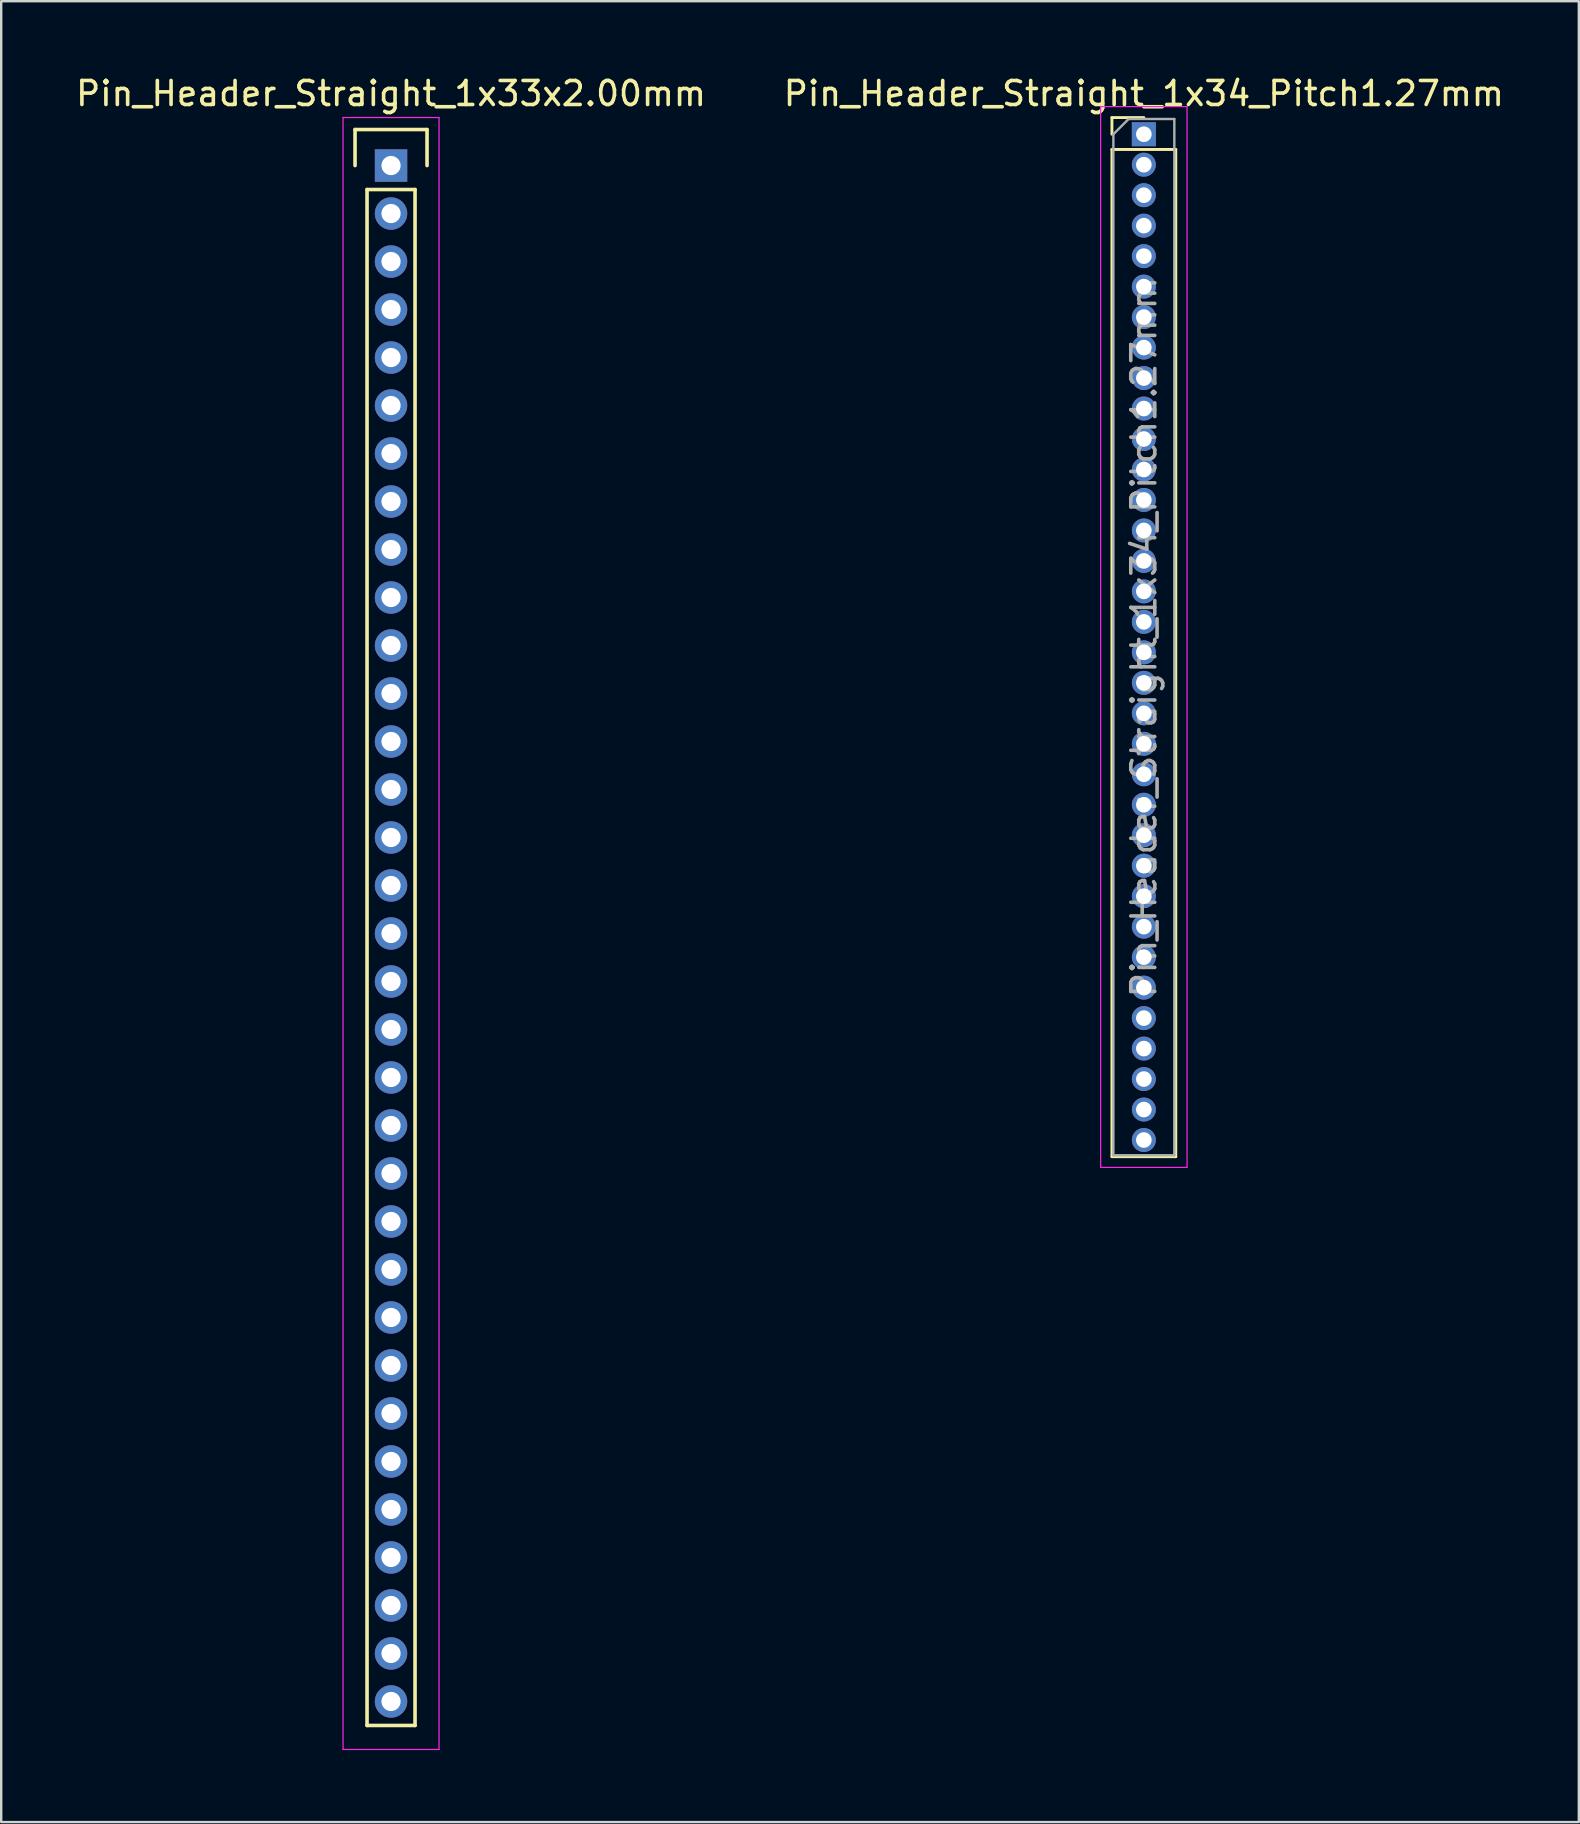
<source format=kicad_pcb>
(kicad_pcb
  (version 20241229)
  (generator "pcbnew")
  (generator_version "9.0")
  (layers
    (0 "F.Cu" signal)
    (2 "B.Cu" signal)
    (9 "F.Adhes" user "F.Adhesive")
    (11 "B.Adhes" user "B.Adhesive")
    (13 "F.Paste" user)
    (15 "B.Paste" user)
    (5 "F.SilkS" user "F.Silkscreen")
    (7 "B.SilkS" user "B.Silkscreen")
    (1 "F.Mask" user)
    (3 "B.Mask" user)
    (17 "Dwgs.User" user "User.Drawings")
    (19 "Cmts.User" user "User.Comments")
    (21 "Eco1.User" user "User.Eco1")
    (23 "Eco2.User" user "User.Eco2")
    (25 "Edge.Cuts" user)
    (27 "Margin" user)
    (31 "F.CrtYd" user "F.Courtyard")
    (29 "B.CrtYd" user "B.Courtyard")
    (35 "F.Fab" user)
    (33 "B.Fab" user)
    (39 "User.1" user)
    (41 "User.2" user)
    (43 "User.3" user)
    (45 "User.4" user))
  (footprint "Pin_Header_Straight_1x34_Pitch1.27mm"
    (layer "F.Cu")
    (at 44.613 2.543)
    (property "Reference" "Pin_Header_Straight_1x34_Pitch1.27mm" (at 0 -1.695 0) (layer "F.SilkS") (effects (font (size 1 1) (thickness 0.15))))
    (attr through_hole)
    (fp_line (start -1.33 -0.695) (end 0 -0.695) (stroke (width 0.12) (type solid)) (layer "F.SilkS"))
    (fp_line (start -1.33 0) (end -1.33 -0.695) (stroke (width 0.12) (type solid)) (layer "F.SilkS"))
    (fp_line (start -1.33 0.635) (end -1.33 42.605) (stroke (width 0.12) (type solid)) (layer "F.SilkS"))
    (fp_line (start -1.33 42.605) (end 1.33 42.605) (stroke (width 0.12) (type solid)) (layer "F.SilkS"))
    (fp_line (start 1.33 0.635) (end -1.33 0.635) (stroke (width 0.12) (type solid)) (layer "F.SilkS"))
    (fp_line (start 1.33 42.605) (end 1.33 0.635) (stroke (width 0.12) (type solid)) (layer "F.SilkS"))
    (fp_line (start -1.8 -1.15) (end -1.8 43.05) (stroke (width 0.05) (type solid)) (layer "F.CrtYd"))
    (fp_line (start -1.8 43.05) (end 1.8 43.05) (stroke (width 0.05) (type solid)) (layer "F.CrtYd"))
    (fp_line (start 1.8 -1.15) (end -1.8 -1.15) (stroke (width 0.05) (type solid)) (layer "F.CrtYd"))
    (fp_line (start 1.8 43.05) (end 1.8 -1.15) (stroke (width 0.05) (type solid)) (layer "F.CrtYd"))
    (fp_line (start -1.27 0) (end -0.635 -0.635) (stroke (width 0.1) (type solid)) (layer "F.Fab"))
    (fp_line (start -1.27 42.545) (end -1.27 0) (stroke (width 0.1) (type solid)) (layer "F.Fab"))
    (fp_line (start -0.635 -0.635) (end 1.27 -0.635) (stroke (width 0.1) (type solid)) (layer "F.Fab"))
    (fp_line (start 1.27 -0.635) (end 1.27 42.545) (stroke (width 0.1) (type solid)) (layer "F.Fab"))
    (fp_line (start 1.27 42.545) (end -1.27 42.545) (stroke (width 0.1) (type solid)) (layer "F.Fab"))
    (fp_text user "${REFERENCE}" (at 0 20.955 90) (layer "F.Fab") (effects (font (size 1 1) (thickness 0.15))))
    (pad "1" thru_hole rect (at 0 0) (size 1 1) (drill 0.65) (layers "*.Cu" "*.Mask"))
    (pad "2" thru_hole oval (at 0 1.27) (size 1 1) (drill 0.65) (layers "*.Cu" "*.Mask"))
    (pad "3" thru_hole oval (at 0 2.54) (size 1 1) (drill 0.65) (layers "*.Cu" "*.Mask"))
    (pad "4" thru_hole oval (at 0 3.81) (size 1 1) (drill 0.65) (layers "*.Cu" "*.Mask"))
    (pad "5" thru_hole oval (at 0 5.08) (size 1 1) (drill 0.65) (layers "*.Cu" "*.Mask"))
    (pad "6" thru_hole oval (at 0 6.35) (size 1 1) (drill 0.65) (layers "*.Cu" "*.Mask"))
    (pad "7" thru_hole oval (at 0 7.62) (size 1 1) (drill 0.65) (layers "*.Cu" "*.Mask"))
    (pad "8" thru_hole oval (at 0 8.89) (size 1 1) (drill 0.65) (layers "*.Cu" "*.Mask"))
    (pad "9" thru_hole oval (at 0 10.16) (size 1 1) (drill 0.65) (layers "*.Cu" "*.Mask"))
    (pad "10" thru_hole oval (at 0 11.43) (size 1 1) (drill 0.65) (layers "*.Cu" "*.Mask"))
    (pad "11" thru_hole oval (at 0 12.7) (size 1 1) (drill 0.65) (layers "*.Cu" "*.Mask"))
    (pad "12" thru_hole oval (at 0 13.97) (size 1 1) (drill 0.65) (layers "*.Cu" "*.Mask"))
    (pad "13" thru_hole oval (at 0 15.24) (size 1 1) (drill 0.65) (layers "*.Cu" "*.Mask"))
    (pad "14" thru_hole oval (at 0 16.51) (size 1 1) (drill 0.65) (layers "*.Cu" "*.Mask"))
    (pad "15" thru_hole oval (at 0 17.78) (size 1 1) (drill 0.65) (layers "*.Cu" "*.Mask"))
    (pad "16" thru_hole oval (at 0 19.05) (size 1 1) (drill 0.65) (layers "*.Cu" "*.Mask"))
    (pad "17" thru_hole oval (at 0 20.32) (size 1 1) (drill 0.65) (layers "*.Cu" "*.Mask"))
    (pad "18" thru_hole oval (at 0 21.59) (size 1 1) (drill 0.65) (layers "*.Cu" "*.Mask"))
    (pad "19" thru_hole oval (at 0 22.86) (size 1 1) (drill 0.65) (layers "*.Cu" "*.Mask"))
    (pad "20" thru_hole oval (at 0 24.13) (size 1 1) (drill 0.65) (layers "*.Cu" "*.Mask"))
    (pad "21" thru_hole oval (at 0 25.4) (size 1 1) (drill 0.65) (layers "*.Cu" "*.Mask"))
    (pad "22" thru_hole oval (at 0 26.67) (size 1 1) (drill 0.65) (layers "*.Cu" "*.Mask"))
    (pad "23" thru_hole oval (at 0 27.94) (size 1 1) (drill 0.65) (layers "*.Cu" "*.Mask"))
    (pad "24" thru_hole oval (at 0 29.21) (size 1 1) (drill 0.65) (layers "*.Cu" "*.Mask"))
    (pad "25" thru_hole oval (at 0 30.48) (size 1 1) (drill 0.65) (layers "*.Cu" "*.Mask"))
    (pad "26" thru_hole oval (at 0 31.75) (size 1 1) (drill 0.65) (layers "*.Cu" "*.Mask"))
    (pad "27" thru_hole oval (at 0 33.02) (size 1 1) (drill 0.65) (layers "*.Cu" "*.Mask"))
    (pad "28" thru_hole oval (at 0 34.29) (size 1 1) (drill 0.65) (layers "*.Cu" "*.Mask"))
    (pad "29" thru_hole oval (at 0 35.56) (size 1 1) (drill 0.65) (layers "*.Cu" "*.Mask"))
    (pad "30" thru_hole oval (at 0 36.83) (size 1 1) (drill 0.65) (layers "*.Cu" "*.Mask"))
    (pad "31" thru_hole oval (at 0 38.1) (size 1 1) (drill 0.65) (layers "*.Cu" "*.Mask"))
    (pad "32" thru_hole oval (at 0 39.37) (size 1 1) (drill 0.65) (layers "*.Cu" "*.Mask"))
    (pad "33" thru_hole oval (at 0 40.64) (size 1 1) (drill 0.65) (layers "*.Cu" "*.Mask"))
    (pad "34" thru_hole oval (at 0 41.91) (size 1 1) (drill 0.65) (layers "*.Cu" "*.Mask")))
  (footprint "Pin_Header_Straight_1x33x2.00mm"
    (layer "F.Cu")
    (at 13.244 3.848)
    (property "Reference" "Pin_Header_Straight_1x33x2.00mm" (at 0 -3 0) (layer "F.SilkS") (effects (font (size 1 1) (thickness 0.15))))
    (attr through_hole)
    (fp_line (start -1.5 -1.5) (end 1.5 -1.5) (stroke (width 0.15) (type solid)) (layer "F.SilkS"))
    (fp_line (start -1.5 0) (end -1.5 -1.5) (stroke (width 0.15) (type solid)) (layer "F.SilkS"))
    (fp_line (start -1 1) (end 1 1) (stroke (width 0.15) (type solid)) (layer "F.SilkS"))
    (fp_line (start -1 65) (end -1 1) (stroke (width 0.15) (type solid)) (layer "F.SilkS"))
    (fp_line (start 1 1) (end 1 65) (stroke (width 0.15) (type solid)) (layer "F.SilkS"))
    (fp_line (start 1 65) (end -1 65) (stroke (width 0.15) (type solid)) (layer "F.SilkS"))
    (fp_line (start 1.5 -1.5) (end 1.5 0) (stroke (width 0.15) (type solid)) (layer "F.SilkS"))
    (fp_line (start -2 -2) (end 2 -2) (stroke (width 0.05) (type solid)) (layer "F.CrtYd"))
    (fp_line (start -2 66) (end -2 -2) (stroke (width 0.05) (type solid)) (layer "F.CrtYd"))
    (fp_line (start 2 -2) (end 2 66) (stroke (width 0.05) (type solid)) (layer "F.CrtYd"))
    (fp_line (start 2 66) (end -2 66) (stroke (width 0.05) (type solid)) (layer "F.CrtYd"))
    (pad "1" thru_hole rect (at 0 0) (size 1.35 1.35) (drill 0.8) (layers "*.Cu" "*.Mask"))
    (pad "2" thru_hole circle (at 0 2) (size 1.35 1.35) (drill 0.8) (layers "*.Cu" "*.Mask"))
    (pad "3" thru_hole circle (at 0 4) (size 1.35 1.35) (drill 0.8) (layers "*.Cu" "*.Mask"))
    (pad "4" thru_hole circle (at 0 6) (size 1.35 1.35) (drill 0.8) (layers "*.Cu" "*.Mask"))
    (pad "5" thru_hole circle (at 0 8) (size 1.35 1.35) (drill 0.8) (layers "*.Cu" "*.Mask"))
    (pad "6" thru_hole circle (at 0 10) (size 1.35 1.35) (drill 0.8) (layers "*.Cu" "*.Mask"))
    (pad "7" thru_hole circle (at 0 12) (size 1.35 1.35) (drill 0.8) (layers "*.Cu" "*.Mask"))
    (pad "8" thru_hole circle (at 0 14) (size 1.35 1.35) (drill 0.8) (layers "*.Cu" "*.Mask"))
    (pad "9" thru_hole circle (at 0 16) (size 1.35 1.35) (drill 0.8) (layers "*.Cu" "*.Mask"))
    (pad "10" thru_hole circle (at 0 18) (size 1.35 1.35) (drill 0.8) (layers "*.Cu" "*.Mask"))
    (pad "11" thru_hole circle (at 0 20) (size 1.35 1.35) (drill 0.8) (layers "*.Cu" "*.Mask"))
    (pad "12" thru_hole circle (at 0 22) (size 1.35 1.35) (drill 0.8) (layers "*.Cu" "*.Mask"))
    (pad "13" thru_hole circle (at 0 24) (size 1.35 1.35) (drill 0.8) (layers "*.Cu" "*.Mask"))
    (pad "14" thru_hole circle (at 0 26) (size 1.35 1.35) (drill 0.8) (layers "*.Cu" "*.Mask"))
    (pad "15" thru_hole circle (at 0 28) (size 1.35 1.35) (drill 0.8) (layers "*.Cu" "*.Mask"))
    (pad "16" thru_hole circle (at 0 30) (size 1.35 1.35) (drill 0.8) (layers "*.Cu" "*.Mask"))
    (pad "17" thru_hole circle (at 0 32) (size 1.35 1.35) (drill 0.8) (layers "*.Cu" "*.Mask"))
    (pad "18" thru_hole circle (at 0 34) (size 1.35 1.35) (drill 0.8) (layers "*.Cu" "*.Mask"))
    (pad "19" thru_hole circle (at 0 36) (size 1.35 1.35) (drill 0.8) (layers "*.Cu" "*.Mask"))
    (pad "20" thru_hole circle (at 0 38) (size 1.35 1.35) (drill 0.8) (layers "*.Cu" "*.Mask"))
    (pad "21" thru_hole circle (at 0 40) (size 1.35 1.35) (drill 0.8) (layers "*.Cu" "*.Mask"))
    (pad "22" thru_hole circle (at 0 42) (size 1.35 1.35) (drill 0.8) (layers "*.Cu" "*.Mask"))
    (pad "23" thru_hole circle (at 0 44) (size 1.35 1.35) (drill 0.8) (layers "*.Cu" "*.Mask"))
    (pad "24" thru_hole circle (at 0 46) (size 1.35 1.35) (drill 0.8) (layers "*.Cu" "*.Mask"))
    (pad "25" thru_hole circle (at 0 48) (size 1.35 1.35) (drill 0.8) (layers "*.Cu" "*.Mask"))
    (pad "26" thru_hole circle (at 0 50) (size 1.35 1.35) (drill 0.8) (layers "*.Cu" "*.Mask"))
    (pad "27" thru_hole circle (at 0 52) (size 1.35 1.35) (drill 0.8) (layers "*.Cu" "*.Mask"))
    (pad "28" thru_hole circle (at 0 54) (size 1.35 1.35) (drill 0.8) (layers "*.Cu" "*.Mask"))
    (pad "29" thru_hole circle (at 0 56) (size 1.35 1.35) (drill 0.8) (layers "*.Cu" "*.Mask"))
    (pad "30" thru_hole circle (at 0 58) (size 1.35 1.35) (drill 0.8) (layers "*.Cu" "*.Mask"))
    (pad "31" thru_hole circle (at 0 60) (size 1.35 1.35) (drill 0.8) (layers "*.Cu" "*.Mask"))
    (pad "32" thru_hole circle (at 0 62) (size 1.35 1.35) (drill 0.8) (layers "*.Cu" "*.Mask"))
    (pad "33" thru_hole circle (at 0 64) (size 1.35 1.35) (drill 0.8) (layers "*.Cu" "*.Mask")))
  (gr_rect
    (start -3 -3)
    (end 62.738 72.873)
    (stroke (width 0.1) (type default))
    (fill no)
    (layer "Edge.Cuts")))
</source>
